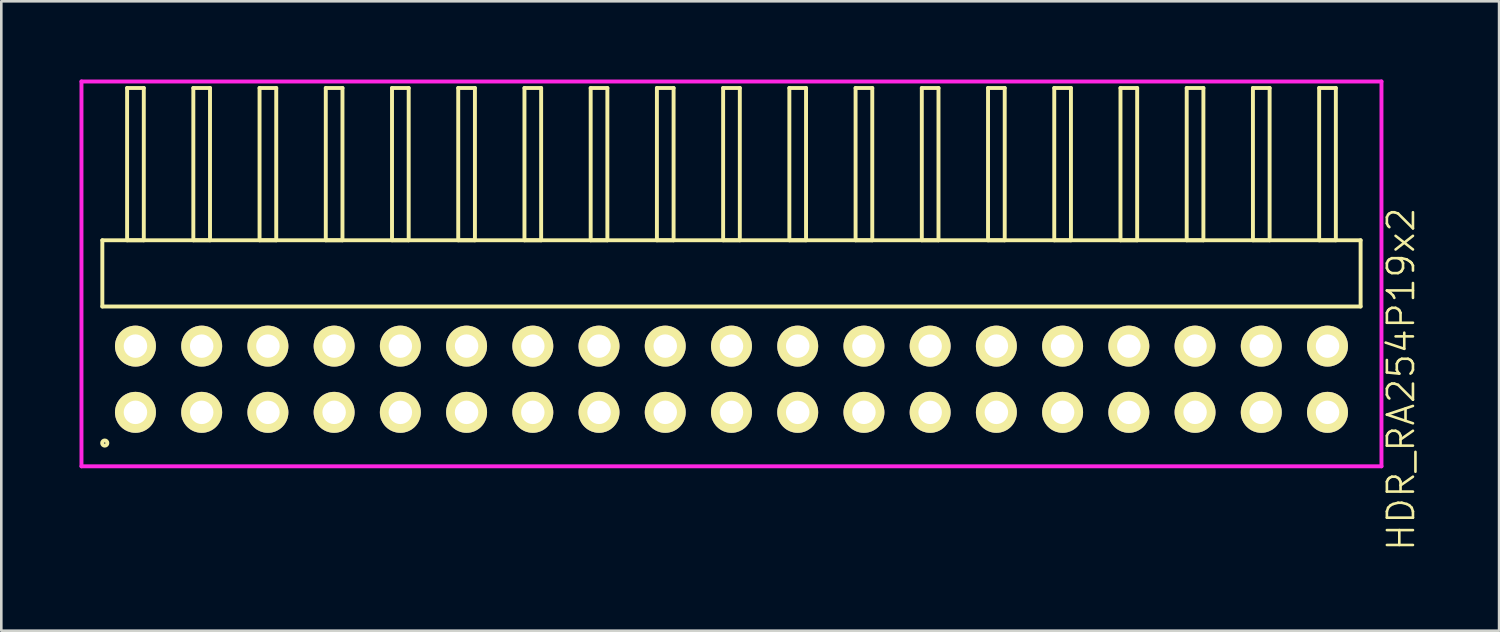
<source format=kicad_pcb>
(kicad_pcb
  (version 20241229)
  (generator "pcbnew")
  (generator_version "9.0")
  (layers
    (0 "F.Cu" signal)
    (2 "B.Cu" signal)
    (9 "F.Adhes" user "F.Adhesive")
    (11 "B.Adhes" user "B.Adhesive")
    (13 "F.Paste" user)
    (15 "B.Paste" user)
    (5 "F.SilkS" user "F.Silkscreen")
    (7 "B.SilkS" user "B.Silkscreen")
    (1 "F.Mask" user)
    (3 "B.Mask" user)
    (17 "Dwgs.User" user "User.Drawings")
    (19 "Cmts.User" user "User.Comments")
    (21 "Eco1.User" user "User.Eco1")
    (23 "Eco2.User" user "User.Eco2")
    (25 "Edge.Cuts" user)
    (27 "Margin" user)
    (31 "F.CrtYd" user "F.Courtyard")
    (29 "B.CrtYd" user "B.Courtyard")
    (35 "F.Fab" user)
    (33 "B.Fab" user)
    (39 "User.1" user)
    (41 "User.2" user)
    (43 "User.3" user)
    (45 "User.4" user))
  (footprint "HDR_RA254P19x2"
    (layer "F.Cu")
    (at 25.005 11.495)
    (property "Reference" "HDR_RA254P19x2" (at 25.68 0 90) (layer "F.SilkS") (effects (font (size 1 1) (thickness 0.1))))
    (attr through_hole)
    (fp_line (start -24.13 -5.33) (end -24.13 -2.79) (stroke (width 0.15) (type solid)) (layer "F.SilkS"))
    (fp_line (start -24.13 -2.79) (end 24.13 -2.79) (stroke (width 0.15) (type solid)) (layer "F.SilkS"))
    (fp_line (start -23.18 -11.17) (end -23.18 -5.33) (stroke (width 0.15) (type solid)) (layer "F.SilkS"))
    (fp_line (start -23.18 -5.33) (end -22.54 -5.33) (stroke (width 0.15) (type solid)) (layer "F.SilkS"))
    (fp_line (start -22.54 -11.17) (end -23.18 -11.17) (stroke (width 0.15) (type solid)) (layer "F.SilkS"))
    (fp_line (start -22.54 -5.33) (end -22.54 -11.17) (stroke (width 0.15) (type solid)) (layer "F.SilkS"))
    (fp_line (start -20.64 -11.17) (end -20.64 -5.33) (stroke (width 0.15) (type solid)) (layer "F.SilkS"))
    (fp_line (start -20.64 -5.33) (end -20 -5.33) (stroke (width 0.15) (type solid)) (layer "F.SilkS"))
    (fp_line (start -20 -11.17) (end -20.64 -11.17) (stroke (width 0.15) (type solid)) (layer "F.SilkS"))
    (fp_line (start -20 -5.33) (end -20 -11.17) (stroke (width 0.15) (type solid)) (layer "F.SilkS"))
    (fp_line (start -18.1 -11.17) (end -18.1 -5.33) (stroke (width 0.15) (type solid)) (layer "F.SilkS"))
    (fp_line (start -18.1 -5.33) (end -17.46 -5.33) (stroke (width 0.15) (type solid)) (layer "F.SilkS"))
    (fp_line (start -17.46 -11.17) (end -18.1 -11.17) (stroke (width 0.15) (type solid)) (layer "F.SilkS"))
    (fp_line (start -17.46 -5.33) (end -17.46 -11.17) (stroke (width 0.15) (type solid)) (layer "F.SilkS"))
    (fp_line (start -15.56 -11.17) (end -15.56 -5.33) (stroke (width 0.15) (type solid)) (layer "F.SilkS"))
    (fp_line (start -15.56 -5.33) (end -14.92 -5.33) (stroke (width 0.15) (type solid)) (layer "F.SilkS"))
    (fp_line (start -14.92 -11.17) (end -15.56 -11.17) (stroke (width 0.15) (type solid)) (layer "F.SilkS"))
    (fp_line (start -14.92 -5.33) (end -14.92 -11.17) (stroke (width 0.15) (type solid)) (layer "F.SilkS"))
    (fp_line (start -13.02 -11.17) (end -13.02 -5.33) (stroke (width 0.15) (type solid)) (layer "F.SilkS"))
    (fp_line (start -13.02 -5.33) (end -12.38 -5.33) (stroke (width 0.15) (type solid)) (layer "F.SilkS"))
    (fp_line (start -12.38 -11.17) (end -13.02 -11.17) (stroke (width 0.15) (type solid)) (layer "F.SilkS"))
    (fp_line (start -12.38 -5.33) (end -12.38 -11.17) (stroke (width 0.15) (type solid)) (layer "F.SilkS"))
    (fp_line (start -10.48 -11.17) (end -10.48 -5.33) (stroke (width 0.15) (type solid)) (layer "F.SilkS"))
    (fp_line (start -10.48 -5.33) (end -9.84 -5.33) (stroke (width 0.15) (type solid)) (layer "F.SilkS"))
    (fp_line (start -9.84 -11.17) (end -10.48 -11.17) (stroke (width 0.15) (type solid)) (layer "F.SilkS"))
    (fp_line (start -9.84 -5.33) (end -9.84 -11.17) (stroke (width 0.15) (type solid)) (layer "F.SilkS"))
    (fp_line (start -7.94 -11.17) (end -7.94 -5.33) (stroke (width 0.15) (type solid)) (layer "F.SilkS"))
    (fp_line (start -7.94 -5.33) (end -7.3 -5.33) (stroke (width 0.15) (type solid)) (layer "F.SilkS"))
    (fp_line (start -7.3 -11.17) (end -7.94 -11.17) (stroke (width 0.15) (type solid)) (layer "F.SilkS"))
    (fp_line (start -7.3 -5.33) (end -7.3 -11.17) (stroke (width 0.15) (type solid)) (layer "F.SilkS"))
    (fp_line (start -5.4 -11.17) (end -5.4 -5.33) (stroke (width 0.15) (type solid)) (layer "F.SilkS"))
    (fp_line (start -5.4 -5.33) (end -4.76 -5.33) (stroke (width 0.15) (type solid)) (layer "F.SilkS"))
    (fp_line (start -4.76 -11.17) (end -5.4 -11.17) (stroke (width 0.15) (type solid)) (layer "F.SilkS"))
    (fp_line (start -4.76 -5.33) (end -4.76 -11.17) (stroke (width 0.15) (type solid)) (layer "F.SilkS"))
    (fp_line (start -2.86 -11.17) (end -2.86 -5.33) (stroke (width 0.15) (type solid)) (layer "F.SilkS"))
    (fp_line (start -2.86 -5.33) (end -2.22 -5.33) (stroke (width 0.15) (type solid)) (layer "F.SilkS"))
    (fp_line (start -2.22 -11.17) (end -2.86 -11.17) (stroke (width 0.15) (type solid)) (layer "F.SilkS"))
    (fp_line (start -2.22 -5.33) (end -2.22 -11.17) (stroke (width 0.15) (type solid)) (layer "F.SilkS"))
    (fp_line (start -0.32 -11.17) (end -0.32 -5.33) (stroke (width 0.15) (type solid)) (layer "F.SilkS"))
    (fp_line (start -0.32 -5.33) (end 0.32 -5.33) (stroke (width 0.15) (type solid)) (layer "F.SilkS"))
    (fp_line (start 0.32 -11.17) (end -0.32 -11.17) (stroke (width 0.15) (type solid)) (layer "F.SilkS"))
    (fp_line (start 0.32 -5.33) (end 0.32 -11.17) (stroke (width 0.15) (type solid)) (layer "F.SilkS"))
    (fp_line (start 2.22 -11.17) (end 2.22 -5.33) (stroke (width 0.15) (type solid)) (layer "F.SilkS"))
    (fp_line (start 2.22 -5.33) (end 2.86 -5.33) (stroke (width 0.15) (type solid)) (layer "F.SilkS"))
    (fp_line (start 2.86 -11.17) (end 2.22 -11.17) (stroke (width 0.15) (type solid)) (layer "F.SilkS"))
    (fp_line (start 2.86 -5.33) (end 2.86 -11.17) (stroke (width 0.15) (type solid)) (layer "F.SilkS"))
    (fp_line (start 4.76 -11.17) (end 4.76 -5.33) (stroke (width 0.15) (type solid)) (layer "F.SilkS"))
    (fp_line (start 4.76 -5.33) (end 5.4 -5.33) (stroke (width 0.15) (type solid)) (layer "F.SilkS"))
    (fp_line (start 5.4 -11.17) (end 4.76 -11.17) (stroke (width 0.15) (type solid)) (layer "F.SilkS"))
    (fp_line (start 5.4 -5.33) (end 5.4 -11.17) (stroke (width 0.15) (type solid)) (layer "F.SilkS"))
    (fp_line (start 7.3 -11.17) (end 7.3 -5.33) (stroke (width 0.15) (type solid)) (layer "F.SilkS"))
    (fp_line (start 7.3 -5.33) (end 7.94 -5.33) (stroke (width 0.15) (type solid)) (layer "F.SilkS"))
    (fp_line (start 7.94 -11.17) (end 7.3 -11.17) (stroke (width 0.15) (type solid)) (layer "F.SilkS"))
    (fp_line (start 7.94 -5.33) (end 7.94 -11.17) (stroke (width 0.15) (type solid)) (layer "F.SilkS"))
    (fp_line (start 9.84 -11.17) (end 9.84 -5.33) (stroke (width 0.15) (type solid)) (layer "F.SilkS"))
    (fp_line (start 9.84 -5.33) (end 10.48 -5.33) (stroke (width 0.15) (type solid)) (layer "F.SilkS"))
    (fp_line (start 10.48 -11.17) (end 9.84 -11.17) (stroke (width 0.15) (type solid)) (layer "F.SilkS"))
    (fp_line (start 10.48 -5.33) (end 10.48 -11.17) (stroke (width 0.15) (type solid)) (layer "F.SilkS"))
    (fp_line (start 12.38 -11.17) (end 12.38 -5.33) (stroke (width 0.15) (type solid)) (layer "F.SilkS"))
    (fp_line (start 12.38 -5.33) (end 13.02 -5.33) (stroke (width 0.15) (type solid)) (layer "F.SilkS"))
    (fp_line (start 13.02 -11.17) (end 12.38 -11.17) (stroke (width 0.15) (type solid)) (layer "F.SilkS"))
    (fp_line (start 13.02 -5.33) (end 13.02 -11.17) (stroke (width 0.15) (type solid)) (layer "F.SilkS"))
    (fp_line (start 14.92 -11.17) (end 14.92 -5.33) (stroke (width 0.15) (type solid)) (layer "F.SilkS"))
    (fp_line (start 14.92 -5.33) (end 15.56 -5.33) (stroke (width 0.15) (type solid)) (layer "F.SilkS"))
    (fp_line (start 15.56 -11.17) (end 14.92 -11.17) (stroke (width 0.15) (type solid)) (layer "F.SilkS"))
    (fp_line (start 15.56 -5.33) (end 15.56 -11.17) (stroke (width 0.15) (type solid)) (layer "F.SilkS"))
    (fp_line (start 17.46 -11.17) (end 17.46 -5.33) (stroke (width 0.15) (type solid)) (layer "F.SilkS"))
    (fp_line (start 17.46 -5.33) (end 18.1 -5.33) (stroke (width 0.15) (type solid)) (layer "F.SilkS"))
    (fp_line (start 18.1 -11.17) (end 17.46 -11.17) (stroke (width 0.15) (type solid)) (layer "F.SilkS"))
    (fp_line (start 18.1 -5.33) (end 18.1 -11.17) (stroke (width 0.15) (type solid)) (layer "F.SilkS"))
    (fp_line (start 20 -11.17) (end 20 -5.33) (stroke (width 0.15) (type solid)) (layer "F.SilkS"))
    (fp_line (start 20 -5.33) (end 20.64 -5.33) (stroke (width 0.15) (type solid)) (layer "F.SilkS"))
    (fp_line (start 20.64 -11.17) (end 20 -11.17) (stroke (width 0.15) (type solid)) (layer "F.SilkS"))
    (fp_line (start 20.64 -5.33) (end 20.64 -11.17) (stroke (width 0.15) (type solid)) (layer "F.SilkS"))
    (fp_line (start 22.54 -11.17) (end 22.54 -5.33) (stroke (width 0.15) (type solid)) (layer "F.SilkS"))
    (fp_line (start 22.54 -5.33) (end 23.18 -5.33) (stroke (width 0.15) (type solid)) (layer "F.SilkS"))
    (fp_line (start 23.18 -11.17) (end 22.54 -11.17) (stroke (width 0.15) (type solid)) (layer "F.SilkS"))
    (fp_line (start 23.18 -5.33) (end 23.18 -11.17) (stroke (width 0.15) (type solid)) (layer "F.SilkS"))
    (fp_line (start 24.13 -5.33) (end -24.13 -5.33) (stroke (width 0.15) (type solid)) (layer "F.SilkS"))
    (fp_line (start 24.13 -2.79) (end 24.13 -5.33) (stroke (width 0.15) (type solid)) (layer "F.SilkS"))
    (fp_circle (center -24.037 2.448) (end -23.937 2.448) (stroke (width 0.15) (type solid)) (fill no) (layer "F.SilkS"))
    (fp_line (start -24.93 -11.42) (end -24.93 3.34) (stroke (width 0.15) (type solid)) (layer "F.CrtYd"))
    (fp_line (start -24.93 3.34) (end 24.93 3.34) (stroke (width 0.15) (type solid)) (layer "F.CrtYd"))
    (fp_line (start 24.93 -11.42) (end -24.93 -11.42) (stroke (width 0.15) (type solid)) (layer "F.CrtYd"))
    (fp_line (start 24.93 3.34) (end 24.93 -11.42) (stroke (width 0.15) (type solid)) (layer "F.CrtYd"))
    (pad "1" thru_hole oval (at -22.86 1.27) (size 1.57 1.57) (drill 0.9) (layers "*.Cu" "*.Mask" "F.SilkS"))
    (pad "2" thru_hole oval (at -22.86 -1.27) (size 1.57 1.57) (drill 0.9) (layers "*.Cu" "*.Mask" "F.SilkS"))
    (pad "3" thru_hole oval (at -20.32 1.27) (size 1.57 1.57) (drill 0.9) (layers "*.Cu" "*.Mask" "F.SilkS"))
    (pad "4" thru_hole oval (at -20.32 -1.27) (size 1.57 1.57) (drill 0.9) (layers "*.Cu" "*.Mask" "F.SilkS"))
    (pad "5" thru_hole oval (at -17.78 1.27) (size 1.57 1.57) (drill 0.9) (layers "*.Cu" "*.Mask" "F.SilkS"))
    (pad "6" thru_hole oval (at -17.78 -1.27) (size 1.57 1.57) (drill 0.9) (layers "*.Cu" "*.Mask" "F.SilkS"))
    (pad "7" thru_hole oval (at -15.24 1.27) (size 1.57 1.57) (drill 0.9) (layers "*.Cu" "*.Mask" "F.SilkS"))
    (pad "8" thru_hole oval (at -15.24 -1.27) (size 1.57 1.57) (drill 0.9) (layers "*.Cu" "*.Mask" "F.SilkS"))
    (pad "9" thru_hole oval (at -12.7 1.27) (size 1.57 1.57) (drill 0.9) (layers "*.Cu" "*.Mask" "F.SilkS"))
    (pad "10" thru_hole oval (at -12.7 -1.27) (size 1.57 1.57) (drill 0.9) (layers "*.Cu" "*.Mask" "F.SilkS"))
    (pad "11" thru_hole oval (at -10.16 1.27) (size 1.57 1.57) (drill 0.9) (layers "*.Cu" "*.Mask" "F.SilkS"))
    (pad "12" thru_hole oval (at -10.16 -1.27) (size 1.57 1.57) (drill 0.9) (layers "*.Cu" "*.Mask" "F.SilkS"))
    (pad "13" thru_hole oval (at -7.62 1.27) (size 1.57 1.57) (drill 0.9) (layers "*.Cu" "*.Mask" "F.SilkS"))
    (pad "14" thru_hole oval (at -7.62 -1.27) (size 1.57 1.57) (drill 0.9) (layers "*.Cu" "*.Mask" "F.SilkS"))
    (pad "15" thru_hole oval (at -5.08 1.27) (size 1.57 1.57) (drill 0.9) (layers "*.Cu" "*.Mask" "F.SilkS"))
    (pad "16" thru_hole oval (at -5.08 -1.27) (size 1.57 1.57) (drill 0.9) (layers "*.Cu" "*.Mask" "F.SilkS"))
    (pad "17" thru_hole oval (at -2.54 1.27) (size 1.57 1.57) (drill 0.9) (layers "*.Cu" "*.Mask" "F.SilkS"))
    (pad "18" thru_hole oval (at -2.54 -1.27) (size 1.57 1.57) (drill 0.9) (layers "*.Cu" "*.Mask" "F.SilkS"))
    (pad "19" thru_hole oval (at 0 1.27) (size 1.57 1.57) (drill 0.9) (layers "*.Cu" "*.Mask" "F.SilkS"))
    (pad "20" thru_hole oval (at 0 -1.27) (size 1.57 1.57) (drill 0.9) (layers "*.Cu" "*.Mask" "F.SilkS"))
    (pad "21" thru_hole oval (at 2.54 1.27) (size 1.57 1.57) (drill 0.9) (layers "*.Cu" "*.Mask" "F.SilkS"))
    (pad "22" thru_hole oval (at 2.54 -1.27) (size 1.57 1.57) (drill 0.9) (layers "*.Cu" "*.Mask" "F.SilkS"))
    (pad "23" thru_hole oval (at 5.08 1.27) (size 1.57 1.57) (drill 0.9) (layers "*.Cu" "*.Mask" "F.SilkS"))
    (pad "24" thru_hole oval (at 5.08 -1.27) (size 1.57 1.57) (drill 0.9) (layers "*.Cu" "*.Mask" "F.SilkS"))
    (pad "25" thru_hole oval (at 7.62 1.27) (size 1.57 1.57) (drill 0.9) (layers "*.Cu" "*.Mask" "F.SilkS"))
    (pad "26" thru_hole oval (at 7.62 -1.27) (size 1.57 1.57) (drill 0.9) (layers "*.Cu" "*.Mask" "F.SilkS"))
    (pad "27" thru_hole oval (at 10.16 1.27) (size 1.57 1.57) (drill 0.9) (layers "*.Cu" "*.Mask" "F.SilkS"))
    (pad "28" thru_hole oval (at 10.16 -1.27) (size 1.57 1.57) (drill 0.9) (layers "*.Cu" "*.Mask" "F.SilkS"))
    (pad "29" thru_hole oval (at 12.7 1.27) (size 1.57 1.57) (drill 0.9) (layers "*.Cu" "*.Mask" "F.SilkS"))
    (pad "30" thru_hole oval (at 12.7 -1.27) (size 1.57 1.57) (drill 0.9) (layers "*.Cu" "*.Mask" "F.SilkS"))
    (pad "31" thru_hole oval (at 15.24 1.27) (size 1.57 1.57) (drill 0.9) (layers "*.Cu" "*.Mask" "F.SilkS"))
    (pad "32" thru_hole oval (at 15.24 -1.27) (size 1.57 1.57) (drill 0.9) (layers "*.Cu" "*.Mask" "F.SilkS"))
    (pad "33" thru_hole oval (at 17.78 1.27) (size 1.57 1.57) (drill 0.9) (layers "*.Cu" "*.Mask" "F.SilkS"))
    (pad "34" thru_hole oval (at 17.78 -1.27) (size 1.57 1.57) (drill 0.9) (layers "*.Cu" "*.Mask" "F.SilkS"))
    (pad "35" thru_hole oval (at 20.32 1.27) (size 1.57 1.57) (drill 0.9) (layers "*.Cu" "*.Mask" "F.SilkS"))
    (pad "36" thru_hole oval (at 20.32 -1.27) (size 1.57 1.57) (drill 0.9) (layers "*.Cu" "*.Mask" "F.SilkS"))
    (pad "37" thru_hole oval (at 22.86 1.27) (size 1.57 1.57) (drill 0.9) (layers "*.Cu" "*.Mask" "F.SilkS"))
    (pad "38" thru_hole oval (at 22.86 -1.27) (size 1.57 1.57) (drill 0.9) (layers "*.Cu" "*.Mask" "F.SilkS")))
  (gr_rect
    (start -3 -3)
    (end 54.446 21.14)
    (stroke (width 0.1) (type default))
    (fill no)
    (layer "Edge.Cuts")))
</source>
